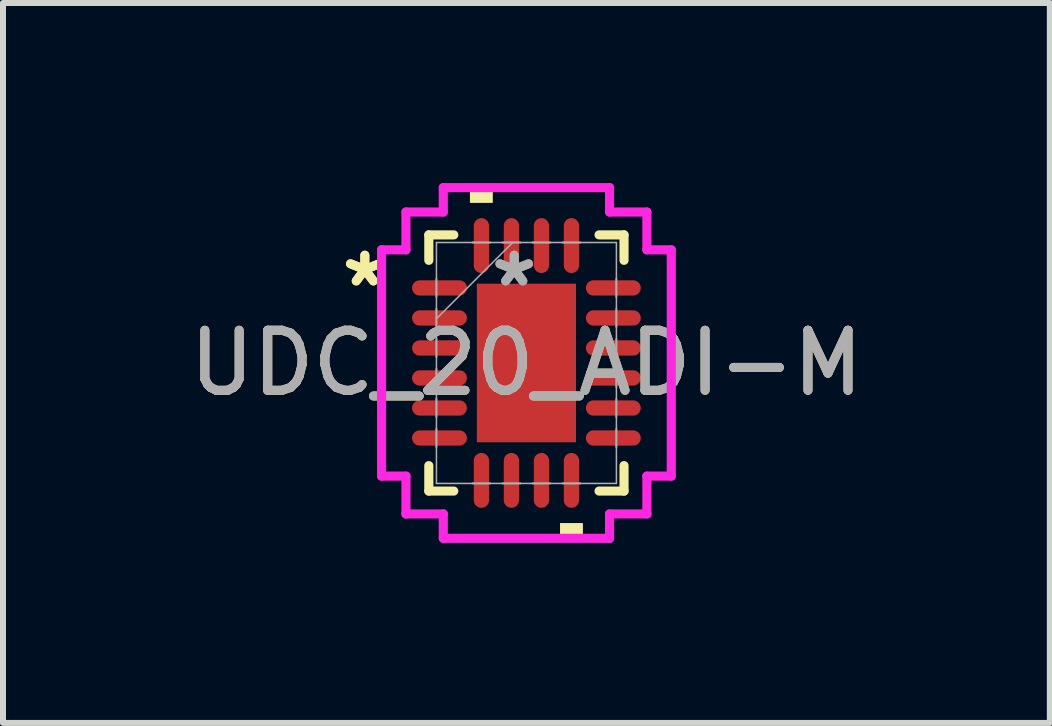
<source format=kicad_pcb>
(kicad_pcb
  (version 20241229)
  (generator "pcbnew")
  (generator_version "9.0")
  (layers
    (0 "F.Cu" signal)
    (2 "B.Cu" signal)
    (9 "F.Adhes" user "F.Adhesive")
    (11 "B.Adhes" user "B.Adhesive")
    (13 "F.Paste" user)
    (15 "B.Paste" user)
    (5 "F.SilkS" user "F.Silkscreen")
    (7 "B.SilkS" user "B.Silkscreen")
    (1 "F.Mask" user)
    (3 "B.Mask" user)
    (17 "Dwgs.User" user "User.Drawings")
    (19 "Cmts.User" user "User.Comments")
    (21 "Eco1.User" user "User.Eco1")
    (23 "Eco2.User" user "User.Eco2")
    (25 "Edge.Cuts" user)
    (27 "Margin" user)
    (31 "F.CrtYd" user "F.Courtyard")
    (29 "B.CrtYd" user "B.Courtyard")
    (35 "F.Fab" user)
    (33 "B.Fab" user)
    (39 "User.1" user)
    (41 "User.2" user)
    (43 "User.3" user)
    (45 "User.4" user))
  (footprint "UDC_20_ADI-M"
    (layer "F.Cu")
    (at 5.72 2.997)
    (property "Reference" "UDC_20_ADI-M" (at 0 0 0) (unlocked yes) (layer "F.SilkS") (effects (font (size 1 1) (thickness 0.15))))
    (attr smd)
    (fp_poly (pts (xy -0.826 -1.321) (xy 0.826 -1.321) (xy 0.826 1.321) (xy -0.826 1.321)) (stroke (width 0) (type solid)) (fill yes) (layer "F.Cu"))
    (fp_poly (pts (xy -0.826 -1.321) (xy 0.826 -1.321) (xy 0.826 1.321) (xy -0.826 1.321)) (stroke (width 0) (type solid)) (fill yes) (layer "F.Mask"))
    (fp_line (start -1.626 -2.134) (end -1.626 -1.71) (stroke (width 0.152) (type solid)) (layer "F.SilkS"))
    (fp_line (start -1.626 1.71) (end -1.626 2.134) (stroke (width 0.152) (type solid)) (layer "F.SilkS"))
    (fp_line (start -1.626 2.134) (end -1.21 2.134) (stroke (width 0.152) (type solid)) (layer "F.SilkS"))
    (fp_line (start -1.21 -2.134) (end -1.626 -2.134) (stroke (width 0.152) (type solid)) (layer "F.SilkS"))
    (fp_line (start 1.21 2.134) (end 1.626 2.134) (stroke (width 0.152) (type solid)) (layer "F.SilkS"))
    (fp_line (start 1.626 -2.134) (end 1.21 -2.134) (stroke (width 0.152) (type solid)) (layer "F.SilkS"))
    (fp_line (start 1.626 -1.71) (end 1.626 -2.134) (stroke (width 0.152) (type solid)) (layer "F.SilkS"))
    (fp_line (start 1.626 2.134) (end 1.626 1.71) (stroke (width 0.152) (type solid)) (layer "F.SilkS"))
    (fp_poly (pts (xy -0.941 -2.667) (xy -0.941 -2.921) (xy -0.56 -2.921) (xy -0.56 -2.667)) (stroke (width 0) (type solid)) (fill yes) (layer "F.SilkS"))
    (fp_poly (pts (xy 0.56 2.667) (xy 0.56 2.921) (xy 0.941 2.921) (xy 0.941 2.667)) (stroke (width 0) (type solid)) (fill yes) (layer "F.SilkS"))
    (fp_poly (pts (xy -0.826 -1.321) (xy 0.826 -1.321) (xy 0.826 1.321) (xy -0.826 1.321)) (stroke (width 0) (type solid)) (fill yes) (layer "F.Paste"))
    (fp_line (start -2.413 -1.885) (end -2.007 -1.885) (stroke (width 0.152) (type solid)) (layer "F.CrtYd"))
    (fp_line (start -2.413 1.885) (end -2.413 -1.885) (stroke (width 0.152) (type solid)) (layer "F.CrtYd"))
    (fp_line (start -2.007 -2.515) (end -1.385 -2.515) (stroke (width 0.152) (type solid)) (layer "F.CrtYd"))
    (fp_line (start -2.007 -1.885) (end -2.007 -2.515) (stroke (width 0.152) (type solid)) (layer "F.CrtYd"))
    (fp_line (start -2.007 1.885) (end -2.413 1.885) (stroke (width 0.152) (type solid)) (layer "F.CrtYd"))
    (fp_line (start -2.007 2.515) (end -2.007 1.885) (stroke (width 0.152) (type solid)) (layer "F.CrtYd"))
    (fp_line (start -1.385 -2.921) (end 1.385 -2.921) (stroke (width 0.152) (type solid)) (layer "F.CrtYd"))
    (fp_line (start -1.385 -2.515) (end -1.385 -2.921) (stroke (width 0.152) (type solid)) (layer "F.CrtYd"))
    (fp_line (start -1.385 2.515) (end -2.007 2.515) (stroke (width 0.152) (type solid)) (layer "F.CrtYd"))
    (fp_line (start -1.385 2.921) (end -1.385 2.515) (stroke (width 0.152) (type solid)) (layer "F.CrtYd"))
    (fp_line (start 1.385 -2.921) (end 1.385 -2.515) (stroke (width 0.152) (type solid)) (layer "F.CrtYd"))
    (fp_line (start 1.385 -2.515) (end 2.007 -2.515) (stroke (width 0.152) (type solid)) (layer "F.CrtYd"))
    (fp_line (start 1.385 2.515) (end 1.385 2.921) (stroke (width 0.152) (type solid)) (layer "F.CrtYd"))
    (fp_line (start 1.385 2.921) (end -1.385 2.921) (stroke (width 0.152) (type solid)) (layer "F.CrtYd"))
    (fp_line (start 2.007 -2.515) (end 2.007 -1.885) (stroke (width 0.152) (type solid)) (layer "F.CrtYd"))
    (fp_line (start 2.007 -1.885) (end 2.413 -1.885) (stroke (width 0.152) (type solid)) (layer "F.CrtYd"))
    (fp_line (start 2.007 1.885) (end 2.007 2.515) (stroke (width 0.152) (type solid)) (layer "F.CrtYd"))
    (fp_line (start 2.007 2.515) (end 1.385 2.515) (stroke (width 0.152) (type solid)) (layer "F.CrtYd"))
    (fp_line (start 2.413 -1.885) (end 2.413 1.885) (stroke (width 0.152) (type solid)) (layer "F.CrtYd"))
    (fp_line (start 2.413 1.885) (end 2.007 1.885) (stroke (width 0.152) (type solid)) (layer "F.CrtYd"))
    (fp_line (start -1.499 -2.007) (end -1.499 2.007) (stroke (width 0.025) (type solid)) (layer "F.Fab"))
    (fp_line (start -1.499 -1.402) (end -1.499 -1.402) (stroke (width 0.025) (type solid)) (layer "F.Fab"))
    (fp_line (start -1.499 -1.402) (end -1.499 -1.098) (stroke (width 0.025) (type solid)) (layer "F.Fab"))
    (fp_line (start -1.499 -1.098) (end -1.499 -1.402) (stroke (width 0.025) (type solid)) (layer "F.Fab"))
    (fp_line (start -1.499 -1.098) (end -1.499 -1.098) (stroke (width 0.025) (type solid)) (layer "F.Fab"))
    (fp_line (start -1.499 -0.902) (end -1.499 -0.902) (stroke (width 0.025) (type solid)) (layer "F.Fab"))
    (fp_line (start -1.499 -0.902) (end -1.499 -0.598) (stroke (width 0.025) (type solid)) (layer "F.Fab"))
    (fp_line (start -1.499 -0.737) (end -0.229 -2.007) (stroke (width 0.025) (type solid)) (layer "F.Fab"))
    (fp_line (start -1.499 -0.598) (end -1.499 -0.902) (stroke (width 0.025) (type solid)) (layer "F.Fab"))
    (fp_line (start -1.499 -0.598) (end -1.499 -0.598) (stroke (width 0.025) (type solid)) (layer "F.Fab"))
    (fp_line (start -1.499 -0.402) (end -1.499 -0.402) (stroke (width 0.025) (type solid)) (layer "F.Fab"))
    (fp_line (start -1.499 -0.402) (end -1.499 -0.098) (stroke (width 0.025) (type solid)) (layer "F.Fab"))
    (fp_line (start -1.499 -0.098) (end -1.499 -0.402) (stroke (width 0.025) (type solid)) (layer "F.Fab"))
    (fp_line (start -1.499 -0.098) (end -1.499 -0.098) (stroke (width 0.025) (type solid)) (layer "F.Fab"))
    (fp_line (start -1.499 0.098) (end -1.499 0.098) (stroke (width 0.025) (type solid)) (layer "F.Fab"))
    (fp_line (start -1.499 0.098) (end -1.499 0.402) (stroke (width 0.025) (type solid)) (layer "F.Fab"))
    (fp_line (start -1.499 0.402) (end -1.499 0.098) (stroke (width 0.025) (type solid)) (layer "F.Fab"))
    (fp_line (start -1.499 0.402) (end -1.499 0.402) (stroke (width 0.025) (type solid)) (layer "F.Fab"))
    (fp_line (start -1.499 0.598) (end -1.499 0.598) (stroke (width 0.025) (type solid)) (layer "F.Fab"))
    (fp_line (start -1.499 0.598) (end -1.499 0.902) (stroke (width 0.025) (type solid)) (layer "F.Fab"))
    (fp_line (start -1.499 0.902) (end -1.499 0.598) (stroke (width 0.025) (type solid)) (layer "F.Fab"))
    (fp_line (start -1.499 0.902) (end -1.499 0.902) (stroke (width 0.025) (type solid)) (layer "F.Fab"))
    (fp_line (start -1.499 1.098) (end -1.499 1.098) (stroke (width 0.025) (type solid)) (layer "F.Fab"))
    (fp_line (start -1.499 1.098) (end -1.499 1.402) (stroke (width 0.025) (type solid)) (layer "F.Fab"))
    (fp_line (start -1.499 1.402) (end -1.499 1.098) (stroke (width 0.025) (type solid)) (layer "F.Fab"))
    (fp_line (start -1.499 1.402) (end -1.499 1.402) (stroke (width 0.025) (type solid)) (layer "F.Fab"))
    (fp_line (start -1.499 2.007) (end 1.499 2.007) (stroke (width 0.025) (type solid)) (layer "F.Fab"))
    (fp_line (start -0.902 -2.007) (end -0.902 -2.007) (stroke (width 0.025) (type solid)) (layer "F.Fab"))
    (fp_line (start -0.902 -2.007) (end -0.598 -2.007) (stroke (width 0.025) (type solid)) (layer "F.Fab"))
    (fp_line (start -0.902 2.007) (end -0.902 2.007) (stroke (width 0.025) (type solid)) (layer "F.Fab"))
    (fp_line (start -0.902 2.007) (end -0.598 2.007) (stroke (width 0.025) (type solid)) (layer "F.Fab"))
    (fp_line (start -0.598 -2.007) (end -0.902 -2.007) (stroke (width 0.025) (type solid)) (layer "F.Fab"))
    (fp_line (start -0.598 -2.007) (end -0.598 -2.007) (stroke (width 0.025) (type solid)) (layer "F.Fab"))
    (fp_line (start -0.598 2.007) (end -0.902 2.007) (stroke (width 0.025) (type solid)) (layer "F.Fab"))
    (fp_line (start -0.598 2.007) (end -0.598 2.007) (stroke (width 0.025) (type solid)) (layer "F.Fab"))
    (fp_line (start -0.402 -2.007) (end -0.402 -2.007) (stroke (width 0.025) (type solid)) (layer "F.Fab"))
    (fp_line (start -0.402 -2.007) (end -0.098 -2.007) (stroke (width 0.025) (type solid)) (layer "F.Fab"))
    (fp_line (start -0.402 2.007) (end -0.402 2.007) (stroke (width 0.025) (type solid)) (layer "F.Fab"))
    (fp_line (start -0.402 2.007) (end -0.098 2.007) (stroke (width 0.025) (type solid)) (layer "F.Fab"))
    (fp_line (start -0.098 -2.007) (end -0.402 -2.007) (stroke (width 0.025) (type solid)) (layer "F.Fab"))
    (fp_line (start -0.098 -2.007) (end -0.098 -2.007) (stroke (width 0.025) (type solid)) (layer "F.Fab"))
    (fp_line (start -0.098 2.007) (end -0.402 2.007) (stroke (width 0.025) (type solid)) (layer "F.Fab"))
    (fp_line (start -0.098 2.007) (end -0.098 2.007) (stroke (width 0.025) (type solid)) (layer "F.Fab"))
    (fp_line (start 0.098 -2.007) (end 0.098 -2.007) (stroke (width 0.025) (type solid)) (layer "F.Fab"))
    (fp_line (start 0.098 -2.007) (end 0.402 -2.007) (stroke (width 0.025) (type solid)) (layer "F.Fab"))
    (fp_line (start 0.098 2.007) (end 0.098 2.007) (stroke (width 0.025) (type solid)) (layer "F.Fab"))
    (fp_line (start 0.098 2.007) (end 0.402 2.007) (stroke (width 0.025) (type solid)) (layer "F.Fab"))
    (fp_line (start 0.402 -2.007) (end 0.098 -2.007) (stroke (width 0.025) (type solid)) (layer "F.Fab"))
    (fp_line (start 0.402 -2.007) (end 0.402 -2.007) (stroke (width 0.025) (type solid)) (layer "F.Fab"))
    (fp_line (start 0.402 2.007) (end 0.098 2.007) (stroke (width 0.025) (type solid)) (layer "F.Fab"))
    (fp_line (start 0.402 2.007) (end 0.402 2.007) (stroke (width 0.025) (type solid)) (layer "F.Fab"))
    (fp_line (start 0.598 -2.007) (end 0.598 -2.007) (stroke (width 0.025) (type solid)) (layer "F.Fab"))
    (fp_line (start 0.598 -2.007) (end 0.902 -2.007) (stroke (width 0.025) (type solid)) (layer "F.Fab"))
    (fp_line (start 0.598 2.007) (end 0.598 2.007) (stroke (width 0.025) (type solid)) (layer "F.Fab"))
    (fp_line (start 0.598 2.007) (end 0.902 2.007) (stroke (width 0.025) (type solid)) (layer "F.Fab"))
    (fp_line (start 0.902 -2.007) (end 0.598 -2.007) (stroke (width 0.025) (type solid)) (layer "F.Fab"))
    (fp_line (start 0.902 -2.007) (end 0.902 -2.007) (stroke (width 0.025) (type solid)) (layer "F.Fab"))
    (fp_line (start 0.902 2.007) (end 0.598 2.007) (stroke (width 0.025) (type solid)) (layer "F.Fab"))
    (fp_line (start 0.902 2.007) (end 0.902 2.007) (stroke (width 0.025) (type solid)) (layer "F.Fab"))
    (fp_line (start 1.499 -2.007) (end -1.499 -2.007) (stroke (width 0.025) (type solid)) (layer "F.Fab"))
    (fp_line (start 1.499 -1.402) (end 1.499 -1.402) (stroke (width 0.025) (type solid)) (layer "F.Fab"))
    (fp_line (start 1.499 -1.402) (end 1.499 -1.098) (stroke (width 0.025) (type solid)) (layer "F.Fab"))
    (fp_line (start 1.499 -1.098) (end 1.499 -1.402) (stroke (width 0.025) (type solid)) (layer "F.Fab"))
    (fp_line (start 1.499 -1.098) (end 1.499 -1.098) (stroke (width 0.025) (type solid)) (layer "F.Fab"))
    (fp_line (start 1.499 -0.902) (end 1.499 -0.902) (stroke (width 0.025) (type solid)) (layer "F.Fab"))
    (fp_line (start 1.499 -0.902) (end 1.499 -0.598) (stroke (width 0.025) (type solid)) (layer "F.Fab"))
    (fp_line (start 1.499 -0.598) (end 1.499 -0.902) (stroke (width 0.025) (type solid)) (layer "F.Fab"))
    (fp_line (start 1.499 -0.598) (end 1.499 -0.598) (stroke (width 0.025) (type solid)) (layer "F.Fab"))
    (fp_line (start 1.499 -0.402) (end 1.499 -0.402) (stroke (width 0.025) (type solid)) (layer "F.Fab"))
    (fp_line (start 1.499 -0.402) (end 1.499 -0.098) (stroke (width 0.025) (type solid)) (layer "F.Fab"))
    (fp_line (start 1.499 -0.098) (end 1.499 -0.402) (stroke (width 0.025) (type solid)) (layer "F.Fab"))
    (fp_line (start 1.499 -0.098) (end 1.499 -0.098) (stroke (width 0.025) (type solid)) (layer "F.Fab"))
    (fp_line (start 1.499 0.098) (end 1.499 0.098) (stroke (width 0.025) (type solid)) (layer "F.Fab"))
    (fp_line (start 1.499 0.098) (end 1.499 0.402) (stroke (width 0.025) (type solid)) (layer "F.Fab"))
    (fp_line (start 1.499 0.402) (end 1.499 0.098) (stroke (width 0.025) (type solid)) (layer "F.Fab"))
    (fp_line (start 1.499 0.402) (end 1.499 0.402) (stroke (width 0.025) (type solid)) (layer "F.Fab"))
    (fp_line (start 1.499 0.598) (end 1.499 0.598) (stroke (width 0.025) (type solid)) (layer "F.Fab"))
    (fp_line (start 1.499 0.598) (end 1.499 0.902) (stroke (width 0.025) (type solid)) (layer "F.Fab"))
    (fp_line (start 1.499 0.902) (end 1.499 0.598) (stroke (width 0.025) (type solid)) (layer "F.Fab"))
    (fp_line (start 1.499 0.902) (end 1.499 0.902) (stroke (width 0.025) (type solid)) (layer "F.Fab"))
    (fp_line (start 1.499 1.098) (end 1.499 1.098) (stroke (width 0.025) (type solid)) (layer "F.Fab"))
    (fp_line (start 1.499 1.098) (end 1.499 1.402) (stroke (width 0.025) (type solid)) (layer "F.Fab"))
    (fp_line (start 1.499 1.402) (end 1.499 1.098) (stroke (width 0.025) (type solid)) (layer "F.Fab"))
    (fp_line (start 1.499 1.402) (end 1.499 1.402) (stroke (width 0.025) (type solid)) (layer "F.Fab"))
    (fp_line (start 1.499 2.007) (end 1.499 -2.007) (stroke (width 0.025) (type solid)) (layer "F.Fab"))
    (fp_text user "*" (at -2.692 -1.25 0) (unlocked yes) (layer "F.SilkS") (effects (font (size 1 1) (thickness 0.15))))
    (fp_text user "*" (at -2.692 -1.25 0) (layer "F.SilkS") (effects (font (size 1 1) (thickness 0.15))))
    (fp_text user "*" (at -0.203 -1.25 0) (layer "F.Fab") (effects (font (size 1 1) (thickness 0.15))))
    (fp_text user "*" (at -0.203 -1.25 0) (unlocked yes) (layer "F.Fab") (effects (font (size 1 1) (thickness 0.15))))
    (fp_text user "${REFERENCE}" (at 0 0 0) (unlocked yes) (layer "F.Fab") (effects (font (size 1 1) (thickness 0.15))))
    (pad "1" smd oval (at -1.448 -1.25 90) (size 0.254 0.914) (layers "F.Cu" "F.Mask" "F.Paste"))
    (pad "2" smd oval (at -1.448 -0.75 90) (size 0.254 0.914) (layers "F.Cu" "F.Mask" "F.Paste"))
    (pad "3" smd oval (at -1.448 -0.25 90) (size 0.254 0.914) (layers "F.Cu" "F.Mask" "F.Paste"))
    (pad "4" smd oval (at -1.448 0.25 90) (size 0.254 0.914) (layers "F.Cu" "F.Mask" "F.Paste"))
    (pad "5" smd oval (at -1.448 0.75 90) (size 0.254 0.914) (layers "F.Cu" "F.Mask" "F.Paste"))
    (pad "6" smd oval (at -1.448 1.25 90) (size 0.254 0.914) (layers "F.Cu" "F.Mask" "F.Paste"))
    (pad "7" smd oval (at -0.75 1.956) (size 0.254 0.914) (layers "F.Cu" "F.Mask" "F.Paste"))
    (pad "8" smd oval (at -0.25 1.956) (size 0.254 0.914) (layers "F.Cu" "F.Mask" "F.Paste"))
    (pad "9" smd oval (at 0.25 1.956) (size 0.254 0.914) (layers "F.Cu" "F.Mask" "F.Paste"))
    (pad "10" smd oval (at 0.75 1.956) (size 0.254 0.914) (layers "F.Cu" "F.Mask" "F.Paste"))
    (pad "11" smd oval (at 1.448 1.25 90) (size 0.254 0.914) (layers "F.Cu" "F.Mask" "F.Paste"))
    (pad "12" smd oval (at 1.448 0.75 90) (size 0.254 0.914) (layers "F.Cu" "F.Mask" "F.Paste"))
    (pad "13" smd oval (at 1.448 0.25 90) (size 0.254 0.914) (layers "F.Cu" "F.Mask" "F.Paste"))
    (pad "14" smd oval (at 1.448 -0.25 90) (size 0.254 0.914) (layers "F.Cu" "F.Mask" "F.Paste"))
    (pad "15" smd oval (at 1.448 -0.75 90) (size 0.254 0.914) (layers "F.Cu" "F.Mask" "F.Paste"))
    (pad "16" smd oval (at 1.448 -1.25 90) (size 0.254 0.914) (layers "F.Cu" "F.Mask" "F.Paste"))
    (pad "17" smd oval (at 0.75 -1.956) (size 0.254 0.914) (layers "F.Cu" "F.Mask" "F.Paste"))
    (pad "18" smd oval (at 0.25 -1.956) (size 0.254 0.914) (layers "F.Cu" "F.Mask" "F.Paste"))
    (pad "19" smd oval (at -0.25 -1.956) (size 0.254 0.914) (layers "F.Cu" "F.Mask" "F.Paste"))
    (pad "20" smd oval (at -0.75 -1.956) (size 0.254 0.914) (layers "F.Cu" "F.Mask" "F.Paste")))
  (gr_rect
    (start -3 -3)
    (end 14.44 8.994)
    (stroke (width 0.1) (type default))
    (fill no)
    (layer "Edge.Cuts")))
</source>
